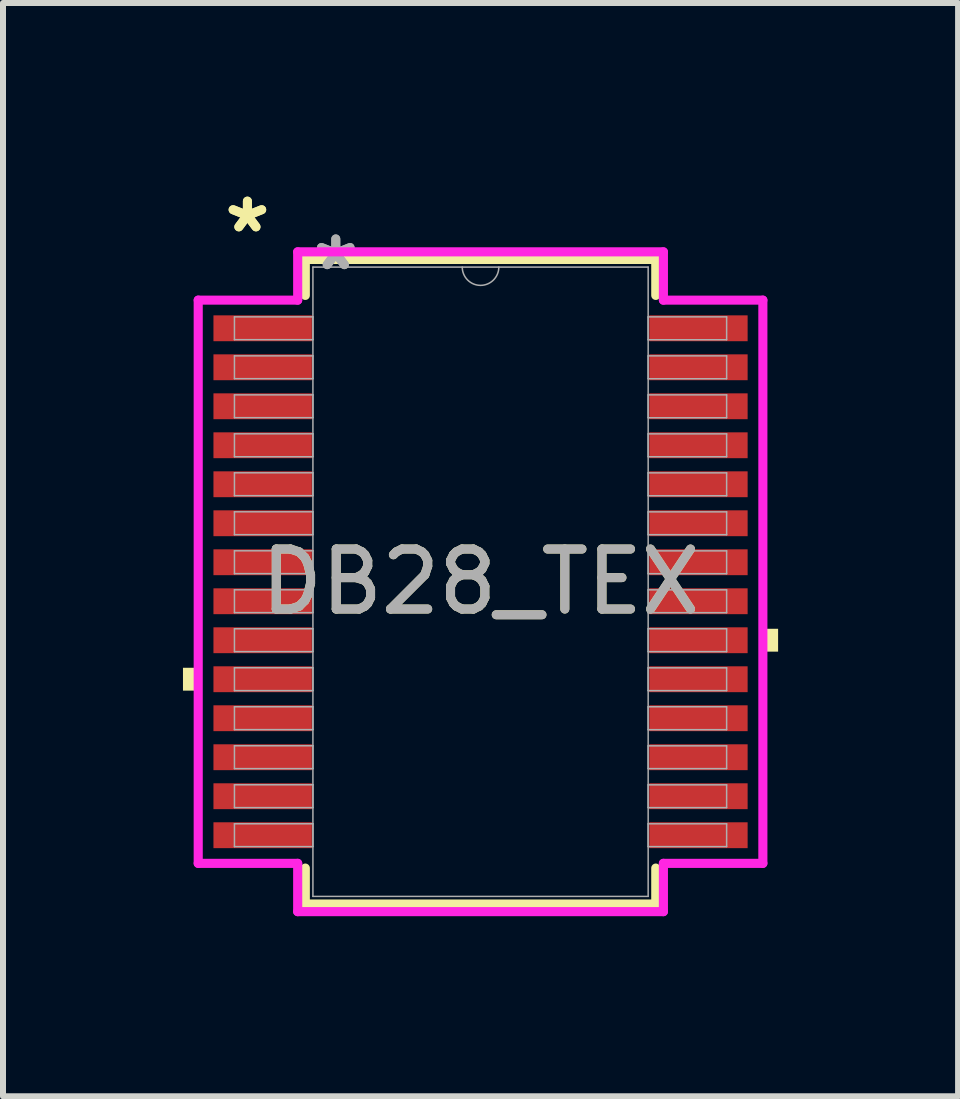
<source format=kicad_pcb>
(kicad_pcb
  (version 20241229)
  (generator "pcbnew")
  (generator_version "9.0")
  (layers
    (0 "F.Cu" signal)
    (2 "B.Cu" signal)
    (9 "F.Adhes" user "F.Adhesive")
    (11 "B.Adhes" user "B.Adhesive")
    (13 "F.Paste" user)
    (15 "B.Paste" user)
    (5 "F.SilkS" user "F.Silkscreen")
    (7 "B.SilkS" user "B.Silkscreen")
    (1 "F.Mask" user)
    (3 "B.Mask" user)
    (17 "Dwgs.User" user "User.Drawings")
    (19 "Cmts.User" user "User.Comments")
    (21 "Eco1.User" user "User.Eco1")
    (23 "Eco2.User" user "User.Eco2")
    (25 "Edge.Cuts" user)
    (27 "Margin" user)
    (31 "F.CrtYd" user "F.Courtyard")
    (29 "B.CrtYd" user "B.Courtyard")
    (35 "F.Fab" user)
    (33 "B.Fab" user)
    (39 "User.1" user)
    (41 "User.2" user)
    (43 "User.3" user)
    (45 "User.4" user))
  (footprint "DB28_TEX"
    (layer "F.Cu")
    (at 4.96 6.647)
    (property "Reference" "DB28_TEX" (at 0 0 0) (unlocked yes) (layer "F.SilkS") (effects (font (size 1 1) (thickness 0.15))))
    (attr smd)
    (fp_line (start -2.921 -5.372) (end -2.921 -4.773) (stroke (width 0.152) (type solid)) (layer "F.SilkS"))
    (fp_line (start -2.921 4.773) (end -2.921 5.372) (stroke (width 0.152) (type solid)) (layer "F.SilkS"))
    (fp_line (start -2.921 5.372) (end 2.921 5.372) (stroke (width 0.152) (type solid)) (layer "F.SilkS"))
    (fp_line (start 2.921 -5.372) (end -2.921 -5.372) (stroke (width 0.152) (type solid)) (layer "F.SilkS"))
    (fp_line (start 2.921 -4.773) (end 2.921 -5.372) (stroke (width 0.152) (type solid)) (layer "F.SilkS"))
    (fp_line (start 2.921 5.372) (end 2.921 4.773) (stroke (width 0.152) (type solid)) (layer "F.SilkS"))
    (fp_poly (pts (xy -4.96 1.434) (xy -4.96 1.815) (xy -4.706 1.815) (xy -4.706 1.434)) (stroke (width 0) (type solid)) (fill yes) (layer "F.SilkS"))
    (fp_poly (pts (xy 4.96 0.784) (xy 4.96 1.165) (xy 4.706 1.165) (xy 4.706 0.784)) (stroke (width 0) (type solid)) (fill yes) (layer "F.SilkS"))
    (fp_line (start -4.706 -4.694) (end -3.048 -4.694) (stroke (width 0.152) (type solid)) (layer "F.CrtYd"))
    (fp_line (start -4.706 4.694) (end -4.706 -4.694) (stroke (width 0.152) (type solid)) (layer "F.CrtYd"))
    (fp_line (start -4.706 4.694) (end -3.048 4.694) (stroke (width 0.152) (type solid)) (layer "F.CrtYd"))
    (fp_line (start -3.048 -5.499) (end 3.048 -5.499) (stroke (width 0.152) (type solid)) (layer "F.CrtYd"))
    (fp_line (start -3.048 -4.694) (end -3.048 -5.499) (stroke (width 0.152) (type solid)) (layer "F.CrtYd"))
    (fp_line (start -3.048 5.499) (end -3.048 4.694) (stroke (width 0.152) (type solid)) (layer "F.CrtYd"))
    (fp_line (start 3.048 -5.499) (end 3.048 -4.694) (stroke (width 0.152) (type solid)) (layer "F.CrtYd"))
    (fp_line (start 3.048 4.694) (end 3.048 5.499) (stroke (width 0.152) (type solid)) (layer "F.CrtYd"))
    (fp_line (start 3.048 5.499) (end -3.048 5.499) (stroke (width 0.152) (type solid)) (layer "F.CrtYd"))
    (fp_line (start 4.706 -4.694) (end 3.048 -4.694) (stroke (width 0.152) (type solid)) (layer "F.CrtYd"))
    (fp_line (start 4.706 -4.694) (end 4.706 4.694) (stroke (width 0.152) (type solid)) (layer "F.CrtYd"))
    (fp_line (start 4.706 4.694) (end 3.048 4.694) (stroke (width 0.152) (type solid)) (layer "F.CrtYd"))
    (fp_line (start -4.102 -4.415) (end -4.102 -4.035) (stroke (width 0.025) (type solid)) (layer "F.Fab"))
    (fp_line (start -4.102 -4.035) (end -2.794 -4.035) (stroke (width 0.025) (type solid)) (layer "F.Fab"))
    (fp_line (start -4.102 -3.765) (end -4.102 -3.385) (stroke (width 0.025) (type solid)) (layer "F.Fab"))
    (fp_line (start -4.102 -3.385) (end -2.794 -3.385) (stroke (width 0.025) (type solid)) (layer "F.Fab"))
    (fp_line (start -4.102 -3.115) (end -4.102 -2.735) (stroke (width 0.025) (type solid)) (layer "F.Fab"))
    (fp_line (start -4.102 -2.735) (end -2.794 -2.735) (stroke (width 0.025) (type solid)) (layer "F.Fab"))
    (fp_line (start -4.102 -2.466) (end -4.102 -2.084) (stroke (width 0.025) (type solid)) (layer "F.Fab"))
    (fp_line (start -4.102 -2.084) (end -2.794 -2.084) (stroke (width 0.025) (type solid)) (layer "F.Fab"))
    (fp_line (start -4.102 -1.816) (end -4.102 -1.435) (stroke (width 0.025) (type solid)) (layer "F.Fab"))
    (fp_line (start -4.102 -1.435) (end -2.794 -1.435) (stroke (width 0.025) (type solid)) (layer "F.Fab"))
    (fp_line (start -4.102 -1.166) (end -4.102 -0.785) (stroke (width 0.025) (type solid)) (layer "F.Fab"))
    (fp_line (start -4.102 -0.785) (end -2.794 -0.785) (stroke (width 0.025) (type solid)) (layer "F.Fab"))
    (fp_line (start -4.102 -0.516) (end -4.102 -0.135) (stroke (width 0.025) (type solid)) (layer "F.Fab"))
    (fp_line (start -4.102 -0.135) (end -2.794 -0.135) (stroke (width 0.025) (type solid)) (layer "F.Fab"))
    (fp_line (start -4.102 0.134) (end -4.102 0.515) (stroke (width 0.025) (type solid)) (layer "F.Fab"))
    (fp_line (start -4.102 0.515) (end -2.794 0.515) (stroke (width 0.025) (type solid)) (layer "F.Fab"))
    (fp_line (start -4.102 0.784) (end -4.102 1.165) (stroke (width 0.025) (type solid)) (layer "F.Fab"))
    (fp_line (start -4.102 1.165) (end -2.794 1.165) (stroke (width 0.025) (type solid)) (layer "F.Fab"))
    (fp_line (start -4.102 1.434) (end -4.102 1.815) (stroke (width 0.025) (type solid)) (layer "F.Fab"))
    (fp_line (start -4.102 1.815) (end -2.794 1.815) (stroke (width 0.025) (type solid)) (layer "F.Fab"))
    (fp_line (start -4.102 2.084) (end -4.102 2.465) (stroke (width 0.025) (type solid)) (layer "F.Fab"))
    (fp_line (start -4.102 2.465) (end -2.794 2.465) (stroke (width 0.025) (type solid)) (layer "F.Fab"))
    (fp_line (start -4.102 2.734) (end -4.102 3.115) (stroke (width 0.025) (type solid)) (layer "F.Fab"))
    (fp_line (start -4.102 3.115) (end -2.794 3.115) (stroke (width 0.025) (type solid)) (layer "F.Fab"))
    (fp_line (start -4.102 3.384) (end -4.102 3.765) (stroke (width 0.025) (type solid)) (layer "F.Fab"))
    (fp_line (start -4.102 3.765) (end -2.794 3.765) (stroke (width 0.025) (type solid)) (layer "F.Fab"))
    (fp_line (start -4.102 4.034) (end -4.102 4.415) (stroke (width 0.025) (type solid)) (layer "F.Fab"))
    (fp_line (start -4.102 4.415) (end -2.794 4.415) (stroke (width 0.025) (type solid)) (layer "F.Fab"))
    (fp_line (start -2.794 -5.245) (end -2.794 5.245) (stroke (width 0.025) (type solid)) (layer "F.Fab"))
    (fp_line (start -2.794 -4.415) (end -4.102 -4.415) (stroke (width 0.025) (type solid)) (layer "F.Fab"))
    (fp_line (start -2.794 -4.035) (end -2.794 -4.415) (stroke (width 0.025) (type solid)) (layer "F.Fab"))
    (fp_line (start -2.794 -3.765) (end -4.102 -3.765) (stroke (width 0.025) (type solid)) (layer "F.Fab"))
    (fp_line (start -2.794 -3.385) (end -2.794 -3.765) (stroke (width 0.025) (type solid)) (layer "F.Fab"))
    (fp_line (start -2.794 -3.115) (end -4.102 -3.115) (stroke (width 0.025) (type solid)) (layer "F.Fab"))
    (fp_line (start -2.794 -2.735) (end -2.794 -3.115) (stroke (width 0.025) (type solid)) (layer "F.Fab"))
    (fp_line (start -2.794 -2.466) (end -4.102 -2.466) (stroke (width 0.025) (type solid)) (layer "F.Fab"))
    (fp_line (start -2.794 -2.084) (end -2.794 -2.466) (stroke (width 0.025) (type solid)) (layer "F.Fab"))
    (fp_line (start -2.794 -1.816) (end -4.102 -1.816) (stroke (width 0.025) (type solid)) (layer "F.Fab"))
    (fp_line (start -2.794 -1.435) (end -2.794 -1.816) (stroke (width 0.025) (type solid)) (layer "F.Fab"))
    (fp_line (start -2.794 -1.166) (end -4.102 -1.166) (stroke (width 0.025) (type solid)) (layer "F.Fab"))
    (fp_line (start -2.794 -0.785) (end -2.794 -1.166) (stroke (width 0.025) (type solid)) (layer "F.Fab"))
    (fp_line (start -2.794 -0.516) (end -4.102 -0.516) (stroke (width 0.025) (type solid)) (layer "F.Fab"))
    (fp_line (start -2.794 -0.135) (end -2.794 -0.516) (stroke (width 0.025) (type solid)) (layer "F.Fab"))
    (fp_line (start -2.794 0.134) (end -4.102 0.134) (stroke (width 0.025) (type solid)) (layer "F.Fab"))
    (fp_line (start -2.794 0.515) (end -2.794 0.134) (stroke (width 0.025) (type solid)) (layer "F.Fab"))
    (fp_line (start -2.794 0.784) (end -4.102 0.784) (stroke (width 0.025) (type solid)) (layer "F.Fab"))
    (fp_line (start -2.794 1.165) (end -2.794 0.784) (stroke (width 0.025) (type solid)) (layer "F.Fab"))
    (fp_line (start -2.794 1.434) (end -4.102 1.434) (stroke (width 0.025) (type solid)) (layer "F.Fab"))
    (fp_line (start -2.794 1.815) (end -2.794 1.434) (stroke (width 0.025) (type solid)) (layer "F.Fab"))
    (fp_line (start -2.794 2.084) (end -4.102 2.084) (stroke (width 0.025) (type solid)) (layer "F.Fab"))
    (fp_line (start -2.794 2.465) (end -2.794 2.084) (stroke (width 0.025) (type solid)) (layer "F.Fab"))
    (fp_line (start -2.794 2.734) (end -4.102 2.734) (stroke (width 0.025) (type solid)) (layer "F.Fab"))
    (fp_line (start -2.794 3.115) (end -2.794 2.734) (stroke (width 0.025) (type solid)) (layer "F.Fab"))
    (fp_line (start -2.794 3.384) (end -4.102 3.384) (stroke (width 0.025) (type solid)) (layer "F.Fab"))
    (fp_line (start -2.794 3.765) (end -2.794 3.384) (stroke (width 0.025) (type solid)) (layer "F.Fab"))
    (fp_line (start -2.794 4.034) (end -4.102 4.034) (stroke (width 0.025) (type solid)) (layer "F.Fab"))
    (fp_line (start -2.794 4.415) (end -2.794 4.034) (stroke (width 0.025) (type solid)) (layer "F.Fab"))
    (fp_line (start -2.794 5.245) (end 2.794 5.245) (stroke (width 0.025) (type solid)) (layer "F.Fab"))
    (fp_line (start 2.794 -5.245) (end -2.794 -5.245) (stroke (width 0.025) (type solid)) (layer "F.Fab"))
    (fp_line (start 2.794 -4.415) (end 2.794 -4.034) (stroke (width 0.025) (type solid)) (layer "F.Fab"))
    (fp_line (start 2.794 -4.034) (end 4.102 -4.034) (stroke (width 0.025) (type solid)) (layer "F.Fab"))
    (fp_line (start 2.794 -3.765) (end 2.794 -3.384) (stroke (width 0.025) (type solid)) (layer "F.Fab"))
    (fp_line (start 2.794 -3.384) (end 4.102 -3.384) (stroke (width 0.025) (type solid)) (layer "F.Fab"))
    (fp_line (start 2.794 -3.115) (end 2.794 -2.734) (stroke (width 0.025) (type solid)) (layer "F.Fab"))
    (fp_line (start 2.794 -2.734) (end 4.102 -2.734) (stroke (width 0.025) (type solid)) (layer "F.Fab"))
    (fp_line (start 2.794 -2.465) (end 2.794 -2.084) (stroke (width 0.025) (type solid)) (layer "F.Fab"))
    (fp_line (start 2.794 -2.084) (end 4.102 -2.084) (stroke (width 0.025) (type solid)) (layer "F.Fab"))
    (fp_line (start 2.794 -1.815) (end 2.794 -1.434) (stroke (width 0.025) (type solid)) (layer "F.Fab"))
    (fp_line (start 2.794 -1.434) (end 4.102 -1.434) (stroke (width 0.025) (type solid)) (layer "F.Fab"))
    (fp_line (start 2.794 -1.165) (end 2.794 -0.784) (stroke (width 0.025) (type solid)) (layer "F.Fab"))
    (fp_line (start 2.794 -0.784) (end 4.102 -0.784) (stroke (width 0.025) (type solid)) (layer "F.Fab"))
    (fp_line (start 2.794 -0.515) (end 2.794 -0.134) (stroke (width 0.025) (type solid)) (layer "F.Fab"))
    (fp_line (start 2.794 -0.134) (end 4.102 -0.134) (stroke (width 0.025) (type solid)) (layer "F.Fab"))
    (fp_line (start 2.794 0.135) (end 2.794 0.516) (stroke (width 0.025) (type solid)) (layer "F.Fab"))
    (fp_line (start 2.794 0.516) (end 4.102 0.516) (stroke (width 0.025) (type solid)) (layer "F.Fab"))
    (fp_line (start 2.794 0.784) (end 2.794 1.165) (stroke (width 0.025) (type solid)) (layer "F.Fab"))
    (fp_line (start 2.794 1.165) (end 4.102 1.165) (stroke (width 0.025) (type solid)) (layer "F.Fab"))
    (fp_line (start 2.794 1.435) (end 2.794 1.815) (stroke (width 0.025) (type solid)) (layer "F.Fab"))
    (fp_line (start 2.794 1.815) (end 4.102 1.815) (stroke (width 0.025) (type solid)) (layer "F.Fab"))
    (fp_line (start 2.794 2.084) (end 2.794 2.466) (stroke (width 0.025) (type solid)) (layer "F.Fab"))
    (fp_line (start 2.794 2.466) (end 4.102 2.466) (stroke (width 0.025) (type solid)) (layer "F.Fab"))
    (fp_line (start 2.794 2.735) (end 2.794 3.115) (stroke (width 0.025) (type solid)) (layer "F.Fab"))
    (fp_line (start 2.794 3.115) (end 4.102 3.115) (stroke (width 0.025) (type solid)) (layer "F.Fab"))
    (fp_line (start 2.794 3.385) (end 2.794 3.765) (stroke (width 0.025) (type solid)) (layer "F.Fab"))
    (fp_line (start 2.794 3.765) (end 4.102 3.765) (stroke (width 0.025) (type solid)) (layer "F.Fab"))
    (fp_line (start 2.794 4.035) (end 2.794 4.415) (stroke (width 0.025) (type solid)) (layer "F.Fab"))
    (fp_line (start 2.794 4.415) (end 4.102 4.415) (stroke (width 0.025) (type solid)) (layer "F.Fab"))
    (fp_line (start 2.794 5.245) (end 2.794 -5.245) (stroke (width 0.025) (type solid)) (layer "F.Fab"))
    (fp_line (start 4.102 -4.415) (end 2.794 -4.415) (stroke (width 0.025) (type solid)) (layer "F.Fab"))
    (fp_line (start 4.102 -4.034) (end 4.102 -4.415) (stroke (width 0.025) (type solid)) (layer "F.Fab"))
    (fp_line (start 4.102 -3.765) (end 2.794 -3.765) (stroke (width 0.025) (type solid)) (layer "F.Fab"))
    (fp_line (start 4.102 -3.384) (end 4.102 -3.765) (stroke (width 0.025) (type solid)) (layer "F.Fab"))
    (fp_line (start 4.102 -3.115) (end 2.794 -3.115) (stroke (width 0.025) (type solid)) (layer "F.Fab"))
    (fp_line (start 4.102 -2.734) (end 4.102 -3.115) (stroke (width 0.025) (type solid)) (layer "F.Fab"))
    (fp_line (start 4.102 -2.465) (end 2.794 -2.465) (stroke (width 0.025) (type solid)) (layer "F.Fab"))
    (fp_line (start 4.102 -2.084) (end 4.102 -2.465) (stroke (width 0.025) (type solid)) (layer "F.Fab"))
    (fp_line (start 4.102 -1.815) (end 2.794 -1.815) (stroke (width 0.025) (type solid)) (layer "F.Fab"))
    (fp_line (start 4.102 -1.434) (end 4.102 -1.815) (stroke (width 0.025) (type solid)) (layer "F.Fab"))
    (fp_line (start 4.102 -1.165) (end 2.794 -1.165) (stroke (width 0.025) (type solid)) (layer "F.Fab"))
    (fp_line (start 4.102 -0.784) (end 4.102 -1.165) (stroke (width 0.025) (type solid)) (layer "F.Fab"))
    (fp_line (start 4.102 -0.515) (end 2.794 -0.515) (stroke (width 0.025) (type solid)) (layer "F.Fab"))
    (fp_line (start 4.102 -0.134) (end 4.102 -0.515) (stroke (width 0.025) (type solid)) (layer "F.Fab"))
    (fp_line (start 4.102 0.135) (end 2.794 0.135) (stroke (width 0.025) (type solid)) (layer "F.Fab"))
    (fp_line (start 4.102 0.516) (end 4.102 0.135) (stroke (width 0.025) (type solid)) (layer "F.Fab"))
    (fp_line (start 4.102 0.784) (end 2.794 0.784) (stroke (width 0.025) (type solid)) (layer "F.Fab"))
    (fp_line (start 4.102 1.165) (end 4.102 0.784) (stroke (width 0.025) (type solid)) (layer "F.Fab"))
    (fp_line (start 4.102 1.435) (end 2.794 1.435) (stroke (width 0.025) (type solid)) (layer "F.Fab"))
    (fp_line (start 4.102 1.815) (end 4.102 1.435) (stroke (width 0.025) (type solid)) (layer "F.Fab"))
    (fp_line (start 4.102 2.084) (end 2.794 2.084) (stroke (width 0.025) (type solid)) (layer "F.Fab"))
    (fp_line (start 4.102 2.466) (end 4.102 2.084) (stroke (width 0.025) (type solid)) (layer "F.Fab"))
    (fp_line (start 4.102 2.735) (end 2.794 2.735) (stroke (width 0.025) (type solid)) (layer "F.Fab"))
    (fp_line (start 4.102 3.115) (end 4.102 2.735) (stroke (width 0.025) (type solid)) (layer "F.Fab"))
    (fp_line (start 4.102 3.385) (end 2.794 3.385) (stroke (width 0.025) (type solid)) (layer "F.Fab"))
    (fp_line (start 4.102 3.765) (end 4.102 3.385) (stroke (width 0.025) (type solid)) (layer "F.Fab"))
    (fp_line (start 4.102 4.035) (end 2.794 4.035) (stroke (width 0.025) (type solid)) (layer "F.Fab"))
    (fp_line (start 4.102 4.415) (end 4.102 4.035) (stroke (width 0.025) (type solid)) (layer "F.Fab"))
    (fp_arc (start 0.3048 -5.2451) (mid 0 -4.9403) (end -0.3048 -5.2451) (stroke (width 0.0254) (type solid)) (layer "F.Fab"))
    (fp_text user "*" (at -3.886 -5.799 0) (layer "F.SilkS") (effects (font (size 1 1) (thickness 0.15))))
    (fp_text user "*" (at -3.886 -5.799 0) (unlocked yes) (layer "F.SilkS") (effects (font (size 1 1) (thickness 0.15))))
    (fp_text user "*" (at -2.413 -5.169 0) (unlocked yes) (layer "F.Fab") (effects (font (size 1 1) (thickness 0.15))))
    (fp_text user "*" (at -2.413 -5.169 0) (layer "F.Fab") (effects (font (size 1 1) (thickness 0.15))))
    (fp_text user "${REFERENCE}" (at 0 0 0) (unlocked yes) (layer "F.Fab") (effects (font (size 1 1) (thickness 0.15))))
    (pad "1" smd rect (at -3.632 -4.225) (size 1.64 0.431) (layers "F.Cu" "F.Mask" "F.Paste"))
    (pad "2" smd rect (at -3.632 -3.575) (size 1.64 0.431) (layers "F.Cu" "F.Mask" "F.Paste"))
    (pad "3" smd rect (at -3.632 -2.925) (size 1.64 0.431) (layers "F.Cu" "F.Mask" "F.Paste"))
    (pad "4" smd rect (at -3.632 -2.275) (size 1.64 0.431) (layers "F.Cu" "F.Mask" "F.Paste"))
    (pad "5" smd rect (at -3.632 -1.625) (size 1.64 0.431) (layers "F.Cu" "F.Mask" "F.Paste"))
    (pad "6" smd rect (at -3.632 -0.975) (size 1.64 0.431) (layers "F.Cu" "F.Mask" "F.Paste"))
    (pad "7" smd rect (at -3.632 -0.325) (size 1.64 0.431) (layers "F.Cu" "F.Mask" "F.Paste"))
    (pad "8" smd rect (at -3.632 0.325) (size 1.64 0.431) (layers "F.Cu" "F.Mask" "F.Paste"))
    (pad "9" smd rect (at -3.632 0.975) (size 1.64 0.431) (layers "F.Cu" "F.Mask" "F.Paste"))
    (pad "10" smd rect (at -3.632 1.625) (size 1.64 0.431) (layers "F.Cu" "F.Mask" "F.Paste"))
    (pad "11" smd rect (at -3.632 2.275) (size 1.64 0.431) (layers "F.Cu" "F.Mask" "F.Paste"))
    (pad "12" smd rect (at -3.632 2.925) (size 1.64 0.431) (layers "F.Cu" "F.Mask" "F.Paste"))
    (pad "13" smd rect (at -3.632 3.575) (size 1.64 0.431) (layers "F.Cu" "F.Mask" "F.Paste"))
    (pad "14" smd rect (at -3.632 4.225) (size 1.64 0.431) (layers "F.Cu" "F.Mask" "F.Paste"))
    (pad "15" smd rect (at 3.632 4.225) (size 1.64 0.431) (layers "F.Cu" "F.Mask" "F.Paste"))
    (pad "16" smd rect (at 3.632 3.575) (size 1.64 0.431) (layers "F.Cu" "F.Mask" "F.Paste"))
    (pad "17" smd rect (at 3.632 2.925) (size 1.64 0.431) (layers "F.Cu" "F.Mask" "F.Paste"))
    (pad "18" smd rect (at 3.632 2.275) (size 1.64 0.431) (layers "F.Cu" "F.Mask" "F.Paste"))
    (pad "19" smd rect (at 3.632 1.625) (size 1.64 0.431) (layers "F.Cu" "F.Mask" "F.Paste"))
    (pad "20" smd rect (at 3.632 0.975) (size 1.64 0.431) (layers "F.Cu" "F.Mask" "F.Paste"))
    (pad "21" smd rect (at 3.632 0.325) (size 1.64 0.431) (layers "F.Cu" "F.Mask" "F.Paste"))
    (pad "22" smd rect (at 3.632 -0.325) (size 1.64 0.431) (layers "F.Cu" "F.Mask" "F.Paste"))
    (pad "23" smd rect (at 3.632 -0.975) (size 1.64 0.431) (layers "F.Cu" "F.Mask" "F.Paste"))
    (pad "24" smd rect (at 3.632 -1.625) (size 1.64 0.431) (layers "F.Cu" "F.Mask" "F.Paste"))
    (pad "25" smd rect (at 3.632 -2.275) (size 1.64 0.431) (layers "F.Cu" "F.Mask" "F.Paste"))
    (pad "26" smd rect (at 3.632 -2.925) (size 1.64 0.431) (layers "F.Cu" "F.Mask" "F.Paste"))
    (pad "27" smd rect (at 3.632 -3.575) (size 1.64 0.431) (layers "F.Cu" "F.Mask" "F.Paste"))
    (pad "28" smd rect (at 3.632 -4.225) (size 1.64 0.431) (layers "F.Cu" "F.Mask" "F.Paste")))
  (gr_rect
    (start -3 -3)
    (end 12.92 15.223)
    (stroke (width 0.1) (type default))
    (fill no)
    (layer "Edge.Cuts")))
</source>
